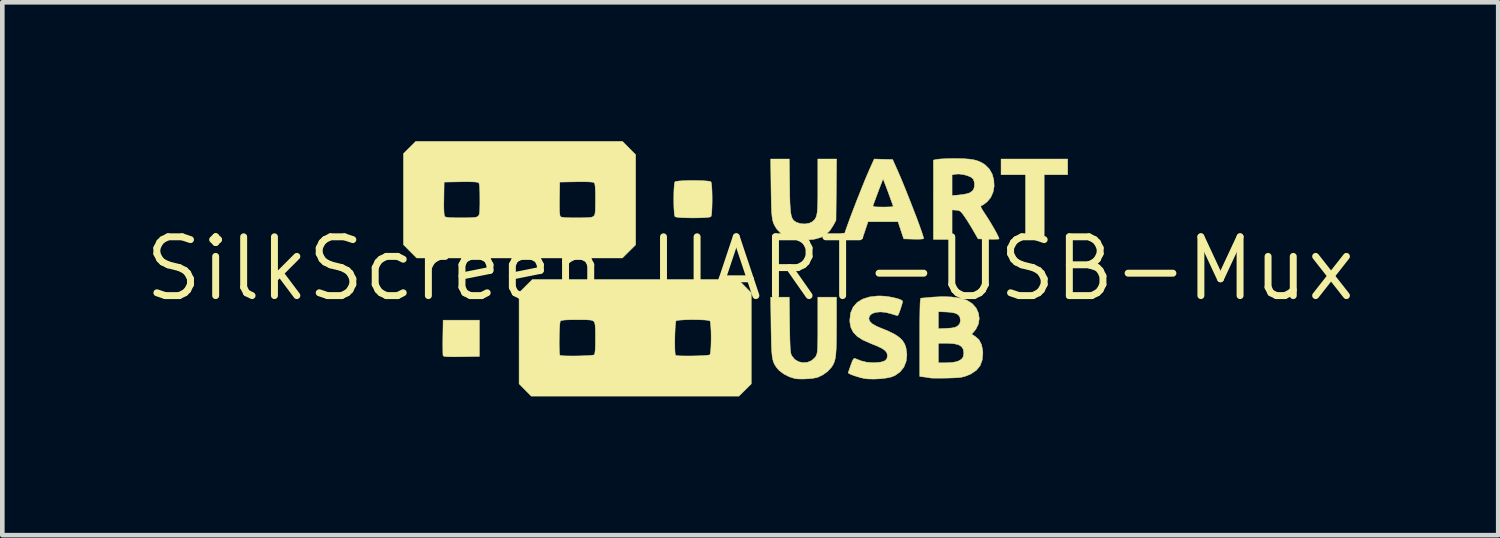
<source format=kicad_pcb>
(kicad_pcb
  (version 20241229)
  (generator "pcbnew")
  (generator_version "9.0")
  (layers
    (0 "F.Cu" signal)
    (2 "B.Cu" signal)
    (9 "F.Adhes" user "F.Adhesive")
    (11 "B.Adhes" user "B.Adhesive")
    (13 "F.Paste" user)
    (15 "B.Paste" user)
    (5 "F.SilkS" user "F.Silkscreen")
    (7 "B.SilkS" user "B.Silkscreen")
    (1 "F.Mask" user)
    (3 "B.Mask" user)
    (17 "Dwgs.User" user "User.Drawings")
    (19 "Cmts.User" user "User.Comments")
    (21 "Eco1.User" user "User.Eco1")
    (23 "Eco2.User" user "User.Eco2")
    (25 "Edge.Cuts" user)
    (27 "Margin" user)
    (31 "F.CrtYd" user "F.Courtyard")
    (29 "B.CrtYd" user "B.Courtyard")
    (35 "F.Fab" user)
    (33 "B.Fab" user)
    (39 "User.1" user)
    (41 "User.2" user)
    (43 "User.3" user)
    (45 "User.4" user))
  (footprint "SilkScreen_UART-USB-Mux"
    (layer "F.Cu")
    (at 13.161 2.757)
    (property "Reference" "SilkScreen_UART-USB-Mux" (at 0 0 0) (layer "F.SilkS") (effects (font (size 1.27 1.27) (thickness 0.15))))
    (attr through_hole)
    (fp_poly (pts (xy 6.858 -2.032) (xy 6.35 -2.032) (xy 6.35 -0.635) (xy 5.948 -0.635) (xy 5.948 -2.032) (xy 5.419 -2.032) (xy 5.419 -2.371) (xy 6.858 -2.371) (xy 6.858 -2.032)) (stroke (width 0.01) (type solid)) (fill yes) (layer "F.SilkS"))
    (fp_poly (pts (xy -5.853 1.894) (xy -6.239 1.9) (xy -6.383 1.902) (xy -6.489 1.901) (xy -6.563 1.898) (xy -6.609 1.893) (xy -6.632 1.884) (xy -6.637 1.878) (xy -6.64 1.849) (xy -6.642 1.785) (xy -6.643 1.693) (xy -6.643 1.581) (xy -6.642 1.481) (xy -6.636 1.111) (xy -5.853 1.111) (xy -5.853 1.894)) (stroke (width 0.01) (type solid)) (fill yes) (layer "F.SilkS"))
    (fp_poly (pts (xy -1.111 -1.905) (xy -1.009 -1.901) (xy -0.926 -1.895) (xy -0.87 -1.887) (xy -0.851 -1.88) (xy -0.841 -1.849) (xy -0.833 -1.784) (xy -0.828 -1.696) (xy -0.825 -1.591) (xy -0.824 -1.479) (xy -0.826 -1.369) (xy -0.83 -1.27) (xy -0.836 -1.191) (xy -0.845 -1.139) (xy -0.851 -1.126) (xy -0.882 -1.116) (xy -0.946 -1.109) (xy -1.035 -1.103) (xy -1.14 -1.1) (xy -1.253 -1.099) (xy -1.365 -1.101) (xy -1.467 -1.104) (xy -1.55 -1.11) (xy -1.607 -1.119) (xy -1.626 -1.126) (xy -1.636 -1.157) (xy -1.643 -1.221) (xy -1.649 -1.31) (xy -1.652 -1.415) (xy -1.652 -1.526) (xy -1.651 -1.636) (xy -1.647 -1.735) (xy -1.64 -1.815) (xy -1.632 -1.866) (xy -1.626 -1.88) (xy -1.595 -1.889) (xy -1.531 -1.897) (xy -1.441 -1.902) (xy -1.336 -1.906) (xy -1.223 -1.906) (xy -1.111 -1.905)) (stroke (width 0.01) (type solid)) (fill yes) (layer "F.SilkS"))
    (fp_poly (pts (xy 0.85 -1.783) (xy 0.853 -1.59) (xy 0.857 -1.434) (xy 0.864 -1.312) (xy 0.873 -1.217) (xy 0.886 -1.146) (xy 0.904 -1.094) (xy 0.927 -1.057) (xy 0.957 -1.028) (xy 0.995 -1.005) (xy 1.003 -1.001) (xy 1.085 -0.975) (xy 1.179 -0.968) (xy 1.269 -0.982) (xy 1.331 -1.01) (xy 1.367 -1.038) (xy 1.395 -1.068) (xy 1.417 -1.104) (xy 1.434 -1.152) (xy 1.446 -1.216) (xy 1.453 -1.301) (xy 1.458 -1.413) (xy 1.46 -1.555) (xy 1.46 -1.734) (xy 1.46 -1.783) (xy 1.46 -2.371) (xy 1.865 -2.371) (xy 1.852 -1.048) (xy 1.796 -0.942) (xy 1.72 -0.825) (xy 1.63 -0.737) (xy 1.521 -0.676) (xy 1.385 -0.639) (xy 1.218 -0.622) (xy 1.185 -0.62) (xy 1.041 -0.621) (xy 0.931 -0.631) (xy 0.875 -0.643) (xy 0.766 -0.693) (xy 0.663 -0.764) (xy 0.583 -0.846) (xy 0.572 -0.861) (xy 0.541 -0.909) (xy 0.516 -0.954) (xy 0.496 -1.003) (xy 0.481 -1.061) (xy 0.47 -1.133) (xy 0.462 -1.224) (xy 0.457 -1.34) (xy 0.453 -1.485) (xy 0.45 -1.666) (xy 0.449 -1.741) (xy 0.441 -2.371) (xy 0.843 -2.371) (xy 0.85 -1.783)) (stroke (width 0.01) (type solid)) (fill yes) (layer "F.SilkS"))
    (fp_poly (pts (xy 0.85 1.212) (xy 0.853 1.39) (xy 0.856 1.532) (xy 0.86 1.641) (xy 0.864 1.723) (xy 0.87 1.784) (xy 0.877 1.827) (xy 0.886 1.858) (xy 0.896 1.879) (xy 0.96 1.959) (xy 1.045 2.009) (xy 1.14 2.03) (xy 1.238 2.021) (xy 1.328 1.983) (xy 1.401 1.916) (xy 1.422 1.883) (xy 1.433 1.858) (xy 1.442 1.828) (xy 1.449 1.787) (xy 1.454 1.731) (xy 1.457 1.654) (xy 1.459 1.552) (xy 1.46 1.418) (xy 1.46 1.248) (xy 1.46 1.212) (xy 1.46 0.614) (xy 1.863 0.614) (xy 1.863 1.234) (xy 1.862 1.436) (xy 1.86 1.6) (xy 1.856 1.732) (xy 1.849 1.837) (xy 1.839 1.92) (xy 1.824 1.986) (xy 1.805 2.04) (xy 1.781 2.087) (xy 1.75 2.133) (xy 1.746 2.138) (xy 1.667 2.221) (xy 1.565 2.294) (xy 1.459 2.344) (xy 1.442 2.35) (xy 1.357 2.366) (xy 1.25 2.377) (xy 1.136 2.382) (xy 1.032 2.38) (xy 0.96 2.371) (xy 0.841 2.333) (xy 0.726 2.274) (xy 0.631 2.203) (xy 0.595 2.166) (xy 0.559 2.12) (xy 0.53 2.076) (xy 0.507 2.028) (xy 0.489 1.972) (xy 0.475 1.902) (xy 0.466 1.813) (xy 0.459 1.701) (xy 0.455 1.559) (xy 0.451 1.384) (xy 0.449 1.254) (xy 0.441 0.614) (xy 0.842 0.614) (xy 0.85 1.212)) (stroke (width 0.01) (type solid)) (fill yes) (layer "F.SilkS"))
    (fp_poly (pts (xy 2.877 -2.365) (xy 3.076 -2.36) (xy 3.18 -2.127) (xy 3.231 -2.01) (xy 3.288 -1.875) (xy 3.349 -1.726) (xy 3.412 -1.568) (xy 3.475 -1.408) (xy 3.536 -1.25) (xy 3.594 -1.1) (xy 3.645 -0.962) (xy 3.687 -0.844) (xy 3.72 -0.749) (xy 3.74 -0.683) (xy 3.747 -0.653) (xy 3.727 -0.645) (xy 3.673 -0.64) (xy 3.594 -0.639) (xy 3.531 -0.64) (xy 3.316 -0.646) (xy 3.254 -0.831) (xy 3.193 -1.016) (xy 2.544 -1.016) (xy 2.482 -0.831) (xy 2.42 -0.646) (xy 2.215 -0.64) (xy 2.118 -0.638) (xy 2.055 -0.64) (xy 2.022 -0.647) (xy 2.011 -0.66) (xy 2.011 -0.663) (xy 2.019 -0.699) (xy 2.04 -0.769) (xy 2.074 -0.867) (xy 2.118 -0.989) (xy 2.169 -1.129) (xy 2.227 -1.281) (xy 2.258 -1.36) (xy 2.65 -1.36) (xy 2.657 -1.348) (xy 2.689 -1.339) (xy 2.754 -1.335) (xy 2.854 -1.334) (xy 2.866 -1.333) (xy 2.958 -1.335) (xy 3.031 -1.337) (xy 3.078 -1.342) (xy 3.09 -1.346) (xy 3.083 -1.367) (xy 3.065 -1.42) (xy 3.037 -1.496) (xy 3.005 -1.585) (xy 2.97 -1.68) (xy 2.936 -1.771) (xy 2.906 -1.85) (xy 2.883 -1.909) (xy 2.871 -1.939) (xy 2.87 -1.941) (xy 2.862 -1.924) (xy 2.843 -1.875) (xy 2.815 -1.803) (xy 2.782 -1.717) (xy 2.747 -1.624) (xy 2.713 -1.532) (xy 2.683 -1.451) (xy 2.66 -1.388) (xy 2.65 -1.36) (xy 2.258 -1.36) (xy 2.288 -1.44) (xy 2.352 -1.601) (xy 2.415 -1.759) (xy 2.475 -1.908) (xy 2.532 -2.043) (xy 2.582 -2.158) (xy 2.587 -2.169) (xy 2.678 -2.371) (xy 2.877 -2.365)) (stroke (width 0.01) (type solid)) (fill yes) (layer "F.SilkS"))
    (fp_poly (pts (xy 4.604 -2.378) (xy 4.74 -2.368) (xy 4.85 -2.35) (xy 4.942 -2.321) (xy 5.023 -2.279) (xy 5.075 -2.245) (xy 5.165 -2.155) (xy 5.228 -2.043) (xy 5.262 -1.916) (xy 5.269 -1.783) (xy 5.246 -1.655) (xy 5.194 -1.538) (xy 5.123 -1.453) (xy 5.068 -1.408) (xy 5.019 -1.375) (xy 5 -1.367) (xy 4.984 -1.358) (xy 4.981 -1.342) (xy 4.992 -1.311) (xy 5.022 -1.261) (xy 5.072 -1.184) (xy 5.095 -1.15) (xy 5.151 -1.062) (xy 5.209 -0.967) (xy 5.265 -0.871) (xy 5.314 -0.783) (xy 5.351 -0.71) (xy 5.373 -0.66) (xy 5.376 -0.645) (xy 5.357 -0.641) (xy 5.303 -0.639) (xy 5.225 -0.638) (xy 5.15 -0.64) (xy 4.923 -0.646) (xy 4.82 -0.825) (xy 4.763 -0.922) (xy 4.7 -1.023) (xy 4.643 -1.11) (xy 4.628 -1.132) (xy 4.58 -1.198) (xy 4.544 -1.237) (xy 4.509 -1.257) (xy 4.465 -1.265) (xy 4.45 -1.266) (xy 4.36 -1.272) (xy 4.36 -0.635) (xy 3.958 -0.635) (xy 3.958 -2.029) (xy 4.36 -2.029) (xy 4.36 -1.581) (xy 4.52 -1.595) (xy 4.607 -1.606) (xy 4.686 -1.622) (xy 4.74 -1.64) (xy 4.741 -1.64) (xy 4.792 -1.675) (xy 4.825 -1.713) (xy 4.845 -1.783) (xy 4.843 -1.863) (xy 4.821 -1.932) (xy 4.815 -1.941) (xy 4.768 -1.98) (xy 4.691 -2.013) (xy 4.6 -2.037) (xy 4.506 -2.048) (xy 4.424 -2.043) (xy 4.422 -2.042) (xy 4.36 -2.029) (xy 3.958 -2.029) (xy 3.958 -2.348) (xy 4.038 -2.364) (xy 4.087 -2.37) (xy 4.169 -2.375) (xy 4.273 -2.379) (xy 4.39 -2.381) (xy 4.434 -2.381) (xy 4.604 -2.378)) (stroke (width 0.01) (type solid)) (fill yes) (layer "F.SilkS"))
    (fp_poly (pts (xy 2.911 0.594) (xy 3.013 0.608) (xy 3.113 0.628) (xy 3.199 0.651) (xy 3.262 0.676) (xy 3.291 0.698) (xy 3.289 0.723) (xy 3.275 0.775) (xy 3.254 0.842) (xy 3.231 0.911) (xy 3.208 0.97) (xy 3.191 1.006) (xy 3.187 1.011) (xy 3.165 1.008) (xy 3.114 0.995) (xy 3.045 0.973) (xy 3.045 0.973) (xy 2.924 0.942) (xy 2.81 0.932) (xy 2.71 0.942) (xy 2.631 0.969) (xy 2.58 1.014) (xy 2.561 1.073) (xy 2.579 1.133) (xy 2.634 1.189) (xy 2.728 1.243) (xy 2.816 1.28) (xy 2.986 1.349) (xy 3.118 1.415) (xy 3.218 1.482) (xy 3.29 1.552) (xy 3.338 1.631) (xy 3.364 1.705) (xy 3.384 1.858) (xy 3.368 2) (xy 3.319 2.125) (xy 3.237 2.228) (xy 3.127 2.306) (xy 3.045 2.339) (xy 2.939 2.361) (xy 2.809 2.377) (xy 2.672 2.383) (xy 2.543 2.38) (xy 2.463 2.37) (xy 2.395 2.355) (xy 2.317 2.333) (xy 2.24 2.308) (xy 2.174 2.283) (xy 2.13 2.262) (xy 2.117 2.251) (xy 2.123 2.227) (xy 2.141 2.174) (xy 2.166 2.101) (xy 2.173 2.082) (xy 2.203 2.001) (xy 2.226 1.955) (xy 2.246 1.937) (xy 2.263 1.939) (xy 2.397 1.991) (xy 2.516 2.02) (xy 2.637 2.03) (xy 2.702 2.029) (xy 2.818 2.018) (xy 2.898 1.994) (xy 2.945 1.956) (xy 2.963 1.902) (xy 2.963 1.89) (xy 2.958 1.838) (xy 2.937 1.794) (xy 2.896 1.753) (xy 2.831 1.712) (xy 2.735 1.667) (xy 2.605 1.615) (xy 2.589 1.608) (xy 2.43 1.537) (xy 2.31 1.46) (xy 2.226 1.372) (xy 2.175 1.271) (xy 2.152 1.152) (xy 2.151 1.102) (xy 2.169 0.954) (xy 2.222 0.83) (xy 2.308 0.73) (xy 2.427 0.656) (xy 2.576 0.609) (xy 2.754 0.588) (xy 2.815 0.588) (xy 2.911 0.594)) (stroke (width 0.01) (type solid)) (fill yes) (layer "F.SilkS"))
    (fp_poly (pts (xy 4.346 0.609) (xy 4.515 0.633) (xy 4.655 0.672) (xy 4.691 0.686) (xy 4.8 0.757) (xy 4.881 0.85) (xy 4.93 0.959) (xy 4.947 1.077) (xy 4.929 1.194) (xy 4.875 1.305) (xy 4.846 1.342) (xy 4.783 1.414) (xy 4.858 1.461) (xy 4.943 1.536) (xy 4.997 1.641) (xy 5.023 1.775) (xy 5.025 1.831) (xy 5.01 1.976) (xy 4.965 2.096) (xy 4.886 2.192) (xy 4.771 2.27) (xy 4.683 2.309) (xy 4.627 2.328) (xy 4.569 2.342) (xy 4.5 2.351) (xy 4.41 2.357) (xy 4.29 2.361) (xy 4.244 2.362) (xy 4.13 2.364) (xy 4.03 2.364) (xy 3.952 2.363) (xy 3.904 2.361) (xy 3.895 2.36) (xy 3.855 2.353) (xy 3.793 2.343) (xy 3.762 2.339) (xy 3.662 2.326) (xy 3.662 2.032) (xy 4.064 2.032) (xy 4.233 2.032) (xy 4.357 2.026) (xy 4.456 2.008) (xy 4.488 1.998) (xy 4.562 1.957) (xy 4.601 1.904) (xy 4.614 1.827) (xy 4.614 1.816) (xy 4.602 1.738) (xy 4.564 1.681) (xy 4.497 1.641) (xy 4.396 1.618) (xy 4.259 1.609) (xy 4.228 1.609) (xy 4.064 1.609) (xy 4.064 2.032) (xy 3.662 2.032) (xy 3.662 1.48) (xy 3.662 1.296) (xy 4.064 1.296) (xy 4.242 1.288) (xy 4.341 1.281) (xy 4.409 1.27) (xy 4.457 1.251) (xy 4.481 1.236) (xy 4.524 1.192) (xy 4.539 1.137) (xy 4.54 1.111) (xy 4.529 1.042) (xy 4.494 0.993) (xy 4.43 0.96) (xy 4.332 0.941) (xy 4.242 0.934) (xy 4.064 0.927) (xy 4.064 1.296) (xy 3.662 1.296) (xy 3.662 1.26) (xy 3.663 1.079) (xy 3.665 0.933) (xy 3.667 0.821) (xy 3.67 0.738) (xy 3.675 0.681) (xy 3.68 0.648) (xy 3.687 0.635) (xy 3.688 0.635) (xy 3.719 0.633) (xy 3.782 0.628) (xy 3.868 0.62) (xy 3.955 0.612) (xy 4.156 0.602) (xy 4.346 0.609)) (stroke (width 0.01) (type solid)) (fill yes) (layer "F.SilkS"))
    (fp_poly (pts (xy -2.619 -2.608) (xy -2.477 -2.465) (xy -2.477 -1.491) (xy -2.477 -0.517) (xy -2.62 -0.375) (xy -2.763 -0.233) (xy -7.208 -0.233) (xy -7.351 -0.376) (xy -7.493 -0.52) (xy -7.493 -1.362) (xy -6.622 -1.362) (xy -6.619 -1.248) (xy -6.614 -1.173) (xy -6.604 -1.134) (xy -6.602 -1.13) (xy -6.582 -1.118) (xy -6.542 -1.11) (xy -6.476 -1.104) (xy -6.378 -1.101) (xy -6.249 -1.101) (xy -6.119 -1.101) (xy -6.026 -1.104) (xy -5.961 -1.108) (xy -5.918 -1.116) (xy -5.891 -1.128) (xy -5.881 -1.136) (xy -5.866 -1.153) (xy -5.855 -1.179) (xy -5.848 -1.22) (xy -5.844 -1.284) (xy -5.843 -1.362) (xy -4.124 -1.362) (xy -4.122 -1.248) (xy -4.116 -1.173) (xy -4.107 -1.134) (xy -4.104 -1.13) (xy -4.085 -1.118) (xy -4.044 -1.11) (xy -3.978 -1.104) (xy -3.88 -1.101) (xy -3.751 -1.101) (xy -3.622 -1.101) (xy -3.528 -1.104) (xy -3.463 -1.108) (xy -3.421 -1.116) (xy -3.394 -1.128) (xy -3.383 -1.136) (xy -3.368 -1.153) (xy -3.358 -1.179) (xy -3.351 -1.22) (xy -3.347 -1.284) (xy -3.345 -1.375) (xy -3.344 -1.503) (xy -3.344 -1.504) (xy -3.345 -1.638) (xy -3.348 -1.735) (xy -3.354 -1.801) (xy -3.362 -1.841) (xy -3.374 -1.861) (xy -3.374 -1.861) (xy -3.405 -1.871) (xy -3.473 -1.877) (xy -3.579 -1.88) (xy -3.725 -1.88) (xy -3.76 -1.879) (xy -4.117 -1.873) (xy -4.123 -1.516) (xy -4.124 -1.362) (xy -5.843 -1.362) (xy -5.842 -1.375) (xy -5.842 -1.503) (xy -5.842 -1.504) (xy -5.843 -1.638) (xy -5.846 -1.735) (xy -5.851 -1.801) (xy -5.859 -1.841) (xy -5.871 -1.861) (xy -5.871 -1.861) (xy -5.903 -1.871) (xy -5.971 -1.877) (xy -6.077 -1.88) (xy -6.222 -1.88) (xy -6.258 -1.879) (xy -6.615 -1.873) (xy -6.62 -1.516) (xy -6.622 -1.362) (xy -7.493 -1.362) (xy -7.493 -2.488) (xy -7.227 -2.752) (xy -2.761 -2.752) (xy -2.619 -2.608)) (stroke (width 0.01) (type solid)) (fill yes) (layer "F.SilkS"))
    (fp_poly (pts (xy 0.021 0.52) (xy 0.021 2.488) (xy -0.112 2.62) (xy -0.245 2.752) (xy -4.732 2.752) (xy -4.864 2.619) (xy -4.995 2.486) (xy -4.995 1.623) (xy -4.129 1.623) (xy -4.127 1.722) (xy -4.124 1.802) (xy -4.119 1.854) (xy -4.113 1.87) (xy -4.085 1.877) (xy -4.024 1.882) (xy -3.938 1.884) (xy -3.835 1.885) (xy -3.725 1.884) (xy -3.617 1.881) (xy -3.518 1.877) (xy -3.438 1.871) (xy -3.386 1.864) (xy -3.37 1.858) (xy -3.359 1.829) (xy -3.351 1.764) (xy -3.346 1.662) (xy -3.346 1.623) (xy -1.631 1.623) (xy -1.63 1.722) (xy -1.626 1.802) (xy -1.621 1.854) (xy -1.616 1.87) (xy -1.588 1.877) (xy -1.526 1.882) (xy -1.44 1.884) (xy -1.338 1.885) (xy -1.228 1.884) (xy -1.119 1.881) (xy -1.02 1.877) (xy -0.94 1.871) (xy -0.888 1.864) (xy -0.872 1.858) (xy -0.862 1.827) (xy -0.854 1.763) (xy -0.849 1.675) (xy -0.846 1.571) (xy -0.845 1.46) (xy -0.847 1.353) (xy -0.852 1.256) (xy -0.858 1.181) (xy -0.867 1.135) (xy -0.872 1.126) (xy -0.903 1.116) (xy -0.967 1.108) (xy -1.056 1.103) (xy -1.16 1.1) (xy -1.27 1.099) (xy -1.378 1.101) (xy -1.474 1.106) (xy -1.55 1.112) (xy -1.596 1.121) (xy -1.604 1.126) (xy -1.612 1.154) (xy -1.619 1.216) (xy -1.624 1.302) (xy -1.628 1.405) (xy -1.631 1.515) (xy -1.631 1.623) (xy -3.346 1.623) (xy -3.344 1.52) (xy -3.344 1.506) (xy -3.345 1.377) (xy -3.347 1.283) (xy -3.352 1.219) (xy -3.36 1.177) (xy -3.371 1.15) (xy -3.379 1.139) (xy -3.397 1.125) (xy -3.423 1.114) (xy -3.464 1.107) (xy -3.528 1.103) (xy -3.62 1.101) (xy -3.746 1.101) (xy -3.892 1.102) (xy -3.998 1.106) (xy -4.067 1.114) (xy -4.1 1.125) (xy -4.102 1.126) (xy -4.11 1.154) (xy -4.117 1.216) (xy -4.122 1.302) (xy -4.126 1.405) (xy -4.128 1.515) (xy -4.129 1.623) (xy -4.995 1.623) (xy -4.995 0.517) (xy -4.852 0.375) (xy -4.709 0.233) (xy -0.263 0.233) (xy 0.021 0.52)) (stroke (width 0.01) (type solid)) (fill yes) (layer "F.SilkS")))
  (gr_rect
    (start -3 -3)
    (end 29.322 8.513)
    (stroke (width 0.1) (type default))
    (fill no)
    (layer "Edge.Cuts")))
</source>
